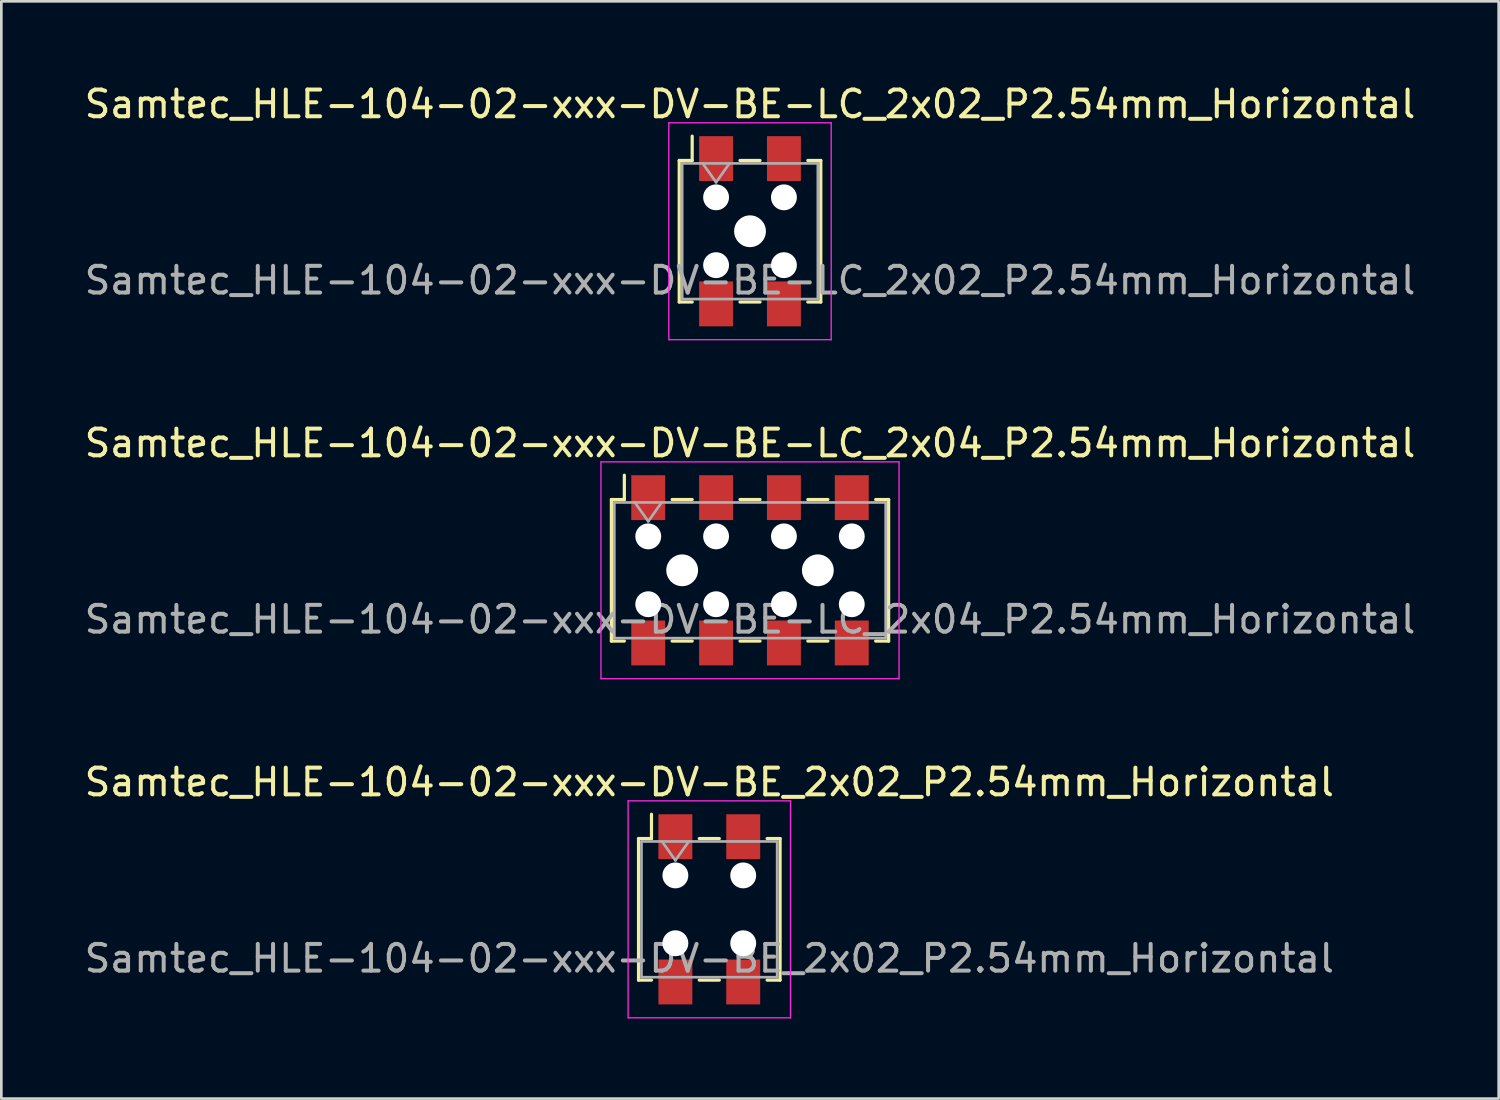
<source format=kicad_pcb>
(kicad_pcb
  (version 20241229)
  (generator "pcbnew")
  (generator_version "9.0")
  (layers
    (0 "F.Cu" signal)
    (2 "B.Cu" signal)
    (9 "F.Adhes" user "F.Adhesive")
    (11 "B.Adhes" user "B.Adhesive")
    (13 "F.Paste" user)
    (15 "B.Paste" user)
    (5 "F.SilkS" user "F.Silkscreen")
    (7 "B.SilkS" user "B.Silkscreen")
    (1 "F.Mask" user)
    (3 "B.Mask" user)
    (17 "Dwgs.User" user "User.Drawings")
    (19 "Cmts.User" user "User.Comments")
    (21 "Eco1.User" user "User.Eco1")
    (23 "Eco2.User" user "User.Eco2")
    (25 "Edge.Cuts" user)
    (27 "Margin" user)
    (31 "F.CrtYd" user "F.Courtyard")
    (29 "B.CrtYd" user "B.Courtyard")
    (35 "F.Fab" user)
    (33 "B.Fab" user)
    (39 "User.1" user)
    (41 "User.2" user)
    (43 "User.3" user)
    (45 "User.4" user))
  (footprint "Samtec_HLE-104-02-xxx-DV-BE-LC_2x04_P2.54mm_Horizontal"
    (layer "F.Cu")
    (at 25.03 18.302)
    (property "Reference" "Samtec_HLE-104-02-xxx-DV-BE-LC_2x04_P2.54mm_Horizontal" (at 0 -4.76 0) (layer "F.SilkS") (effects (font (size 1 1) (thickness 0.15))))
    (attr smd)
    (fp_line (start -5.19 -2.65) (end -5.19 2.65) (stroke (width 0.12) (type solid)) (layer "F.SilkS"))
    (fp_line (start -5.19 2.65) (end -4.705 2.65) (stroke (width 0.12) (type solid)) (layer "F.SilkS"))
    (fp_line (start -4.705 -3.56) (end -4.705 -2.65) (stroke (width 0.12) (type solid)) (layer "F.SilkS"))
    (fp_line (start -4.705 -2.65) (end -5.19 -2.65) (stroke (width 0.12) (type solid)) (layer "F.SilkS"))
    (fp_line (start -2.915 -2.65) (end -2.165 -2.65) (stroke (width 0.12) (type solid)) (layer "F.SilkS"))
    (fp_line (start -2.915 2.65) (end -2.165 2.65) (stroke (width 0.12) (type solid)) (layer "F.SilkS"))
    (fp_line (start -0.375 -2.65) (end 0.375 -2.65) (stroke (width 0.12) (type solid)) (layer "F.SilkS"))
    (fp_line (start -0.375 2.65) (end 0.375 2.65) (stroke (width 0.12) (type solid)) (layer "F.SilkS"))
    (fp_line (start 2.165 -2.65) (end 2.915 -2.65) (stroke (width 0.12) (type solid)) (layer "F.SilkS"))
    (fp_line (start 2.165 2.65) (end 2.915 2.65) (stroke (width 0.12) (type solid)) (layer "F.SilkS"))
    (fp_line (start 4.705 -2.65) (end 5.19 -2.65) (stroke (width 0.12) (type solid)) (layer "F.SilkS"))
    (fp_line (start 5.19 -2.65) (end 5.19 2.65) (stroke (width 0.12) (type solid)) (layer "F.SilkS"))
    (fp_line (start 5.19 2.65) (end 4.705 2.65) (stroke (width 0.12) (type solid)) (layer "F.SilkS"))
    (fp_line (start -5.58 -4.06) (end 5.58 -4.06) (stroke (width 0.05) (type solid)) (layer "F.CrtYd"))
    (fp_line (start -5.58 4.06) (end -5.58 -4.06) (stroke (width 0.05) (type solid)) (layer "F.CrtYd"))
    (fp_line (start 5.58 -4.06) (end 5.58 4.06) (stroke (width 0.05) (type solid)) (layer "F.CrtYd"))
    (fp_line (start 5.58 4.06) (end -5.58 4.06) (stroke (width 0.05) (type solid)) (layer "F.CrtYd"))
    (fp_line (start -5.08 -2.54) (end 5.08 -2.54) (stroke (width 0.1) (type solid)) (layer "F.Fab"))
    (fp_line (start -5.08 2.54) (end -5.08 -2.54) (stroke (width 0.1) (type solid)) (layer "F.Fab"))
    (fp_line (start -4.31 -2.54) (end -3.81 -1.833) (stroke (width 0.1) (type solid)) (layer "F.Fab"))
    (fp_line (start -3.81 -1.833) (end -3.31 -2.54) (stroke (width 0.1) (type solid)) (layer "F.Fab"))
    (fp_line (start 5.08 -2.54) (end 5.08 2.54) (stroke (width 0.1) (type solid)) (layer "F.Fab"))
    (fp_line (start 5.08 2.54) (end -5.08 2.54) (stroke (width 0.1) (type solid)) (layer "F.Fab"))
    (fp_text user "${REFERENCE}" (at 0 1.84 0) (layer "F.Fab") (effects (font (size 1 1) (thickness 0.15))))
    (pad "" np_thru_hole circle (at -3.81 -1.27) (size 0.97 0.97) (drill 0.97) (layers "*.Cu" "*.Mask"))
    (pad "" np_thru_hole circle (at -3.81 1.27) (size 0.97 0.97) (drill 0.97) (layers "*.Cu" "*.Mask"))
    (pad "" np_thru_hole circle (at -2.54 0) (size 1.19 1.19) (drill 1.19) (layers "*.Cu" "*.Mask"))
    (pad "" np_thru_hole circle (at -1.27 -1.27) (size 0.97 0.97) (drill 0.97) (layers "*.Cu" "*.Mask"))
    (pad "" np_thru_hole circle (at -1.27 1.27) (size 0.97 0.97) (drill 0.97) (layers "*.Cu" "*.Mask"))
    (pad "" np_thru_hole circle (at 1.27 -1.27) (size 0.97 0.97) (drill 0.97) (layers "*.Cu" "*.Mask"))
    (pad "" np_thru_hole circle (at 1.27 1.27) (size 0.97 0.97) (drill 0.97) (layers "*.Cu" "*.Mask"))
    (pad "" np_thru_hole circle (at 2.54 0) (size 1.19 1.19) (drill 1.19) (layers "*.Cu" "*.Mask"))
    (pad "" np_thru_hole circle (at 3.81 -1.27) (size 0.97 0.97) (drill 0.97) (layers "*.Cu" "*.Mask"))
    (pad "" np_thru_hole circle (at 3.81 1.27) (size 0.97 0.97) (drill 0.97) (layers "*.Cu" "*.Mask"))
    (pad "1" smd rect (at -3.81 -2.72) (size 1.27 1.68) (layers "F.Cu" "F.Mask" "F.Paste"))
    (pad "2" smd rect (at -3.81 2.72) (size 1.27 1.68) (layers "F.Cu" "F.Mask" "F.Paste"))
    (pad "3" smd rect (at -1.27 -2.72) (size 1.27 1.68) (layers "F.Cu" "F.Mask" "F.Paste"))
    (pad "4" smd rect (at -1.27 2.72) (size 1.27 1.68) (layers "F.Cu" "F.Mask" "F.Paste"))
    (pad "5" smd rect (at 1.27 -2.72) (size 1.27 1.68) (layers "F.Cu" "F.Mask" "F.Paste"))
    (pad "6" smd rect (at 1.27 2.72) (size 1.27 1.68) (layers "F.Cu" "F.Mask" "F.Paste"))
    (pad "7" smd rect (at 3.81 -2.72) (size 1.27 1.68) (layers "F.Cu" "F.Mask" "F.Paste"))
    (pad "8" smd rect (at 3.81 2.72) (size 1.27 1.68) (layers "F.Cu" "F.Mask" "F.Paste")))
  (footprint "Samtec_HLE-104-02-xxx-DV-BE_2x02_P2.54mm_Horizontal"
    (layer "F.Cu")
    (at 23.506 30.995)
    (property "Reference" "Samtec_HLE-104-02-xxx-DV-BE_2x02_P2.54mm_Horizontal" (at 0 -4.76 0) (layer "F.SilkS") (effects (font (size 1 1) (thickness 0.15))))
    (attr smd)
    (fp_line (start -2.65 -2.65) (end -2.65 2.65) (stroke (width 0.12) (type solid)) (layer "F.SilkS"))
    (fp_line (start -2.65 2.65) (end -2.165 2.65) (stroke (width 0.12) (type solid)) (layer "F.SilkS"))
    (fp_line (start -2.165 -3.56) (end -2.165 -2.65) (stroke (width 0.12) (type solid)) (layer "F.SilkS"))
    (fp_line (start -2.165 -2.65) (end -2.65 -2.65) (stroke (width 0.12) (type solid)) (layer "F.SilkS"))
    (fp_line (start -0.375 -2.65) (end 0.375 -2.65) (stroke (width 0.12) (type solid)) (layer "F.SilkS"))
    (fp_line (start -0.375 2.65) (end 0.375 2.65) (stroke (width 0.12) (type solid)) (layer "F.SilkS"))
    (fp_line (start 2.165 -2.65) (end 2.65 -2.65) (stroke (width 0.12) (type solid)) (layer "F.SilkS"))
    (fp_line (start 2.65 -2.65) (end 2.65 2.65) (stroke (width 0.12) (type solid)) (layer "F.SilkS"))
    (fp_line (start 2.65 2.65) (end 2.165 2.65) (stroke (width 0.12) (type solid)) (layer "F.SilkS"))
    (fp_line (start -3.04 -4.06) (end 3.04 -4.06) (stroke (width 0.05) (type solid)) (layer "F.CrtYd"))
    (fp_line (start -3.04 4.06) (end -3.04 -4.06) (stroke (width 0.05) (type solid)) (layer "F.CrtYd"))
    (fp_line (start 3.04 -4.06) (end 3.04 4.06) (stroke (width 0.05) (type solid)) (layer "F.CrtYd"))
    (fp_line (start 3.04 4.06) (end -3.04 4.06) (stroke (width 0.05) (type solid)) (layer "F.CrtYd"))
    (fp_line (start -2.54 -2.54) (end 2.54 -2.54) (stroke (width 0.1) (type solid)) (layer "F.Fab"))
    (fp_line (start -2.54 2.54) (end -2.54 -2.54) (stroke (width 0.1) (type solid)) (layer "F.Fab"))
    (fp_line (start -1.77 -2.54) (end -1.27 -1.833) (stroke (width 0.1) (type solid)) (layer "F.Fab"))
    (fp_line (start -1.27 -1.833) (end -0.77 -2.54) (stroke (width 0.1) (type solid)) (layer "F.Fab"))
    (fp_line (start 2.54 -2.54) (end 2.54 2.54) (stroke (width 0.1) (type solid)) (layer "F.Fab"))
    (fp_line (start 2.54 2.54) (end -2.54 2.54) (stroke (width 0.1) (type solid)) (layer "F.Fab"))
    (fp_text user "${REFERENCE}" (at 0 1.84 0) (layer "F.Fab") (effects (font (size 1 1) (thickness 0.15))))
    (pad "" np_thru_hole circle (at -1.27 -1.27) (size 0.97 0.97) (drill 0.97) (layers "*.Cu" "*.Mask"))
    (pad "" np_thru_hole circle (at -1.27 1.27) (size 0.97 0.97) (drill 0.97) (layers "*.Cu" "*.Mask"))
    (pad "" np_thru_hole circle (at 1.27 -1.27) (size 0.97 0.97) (drill 0.97) (layers "*.Cu" "*.Mask"))
    (pad "" np_thru_hole circle (at 1.27 1.27) (size 0.97 0.97) (drill 0.97) (layers "*.Cu" "*.Mask"))
    (pad "1" smd rect (at -1.27 -2.72) (size 1.27 1.68) (layers "F.Cu" "F.Mask" "F.Paste"))
    (pad "2" smd rect (at -1.27 2.72) (size 1.27 1.68) (layers "F.Cu" "F.Mask" "F.Paste"))
    (pad "3" smd rect (at 1.27 -2.72) (size 1.27 1.68) (layers "F.Cu" "F.Mask" "F.Paste"))
    (pad "4" smd rect (at 1.27 2.72) (size 1.27 1.68) (layers "F.Cu" "F.Mask" "F.Paste")))
  (footprint "Samtec_HLE-104-02-xxx-DV-BE-LC_2x02_P2.54mm_Horizontal"
    (layer "F.Cu")
    (at 25.03 5.608)
    (property "Reference" "Samtec_HLE-104-02-xxx-DV-BE-LC_2x02_P2.54mm_Horizontal" (at 0 -4.76 0) (layer "F.SilkS") (effects (font (size 1 1) (thickness 0.15))))
    (attr smd)
    (fp_line (start -2.65 -2.65) (end -2.65 2.65) (stroke (width 0.12) (type solid)) (layer "F.SilkS"))
    (fp_line (start -2.65 2.65) (end -2.165 2.65) (stroke (width 0.12) (type solid)) (layer "F.SilkS"))
    (fp_line (start -2.165 -3.56) (end -2.165 -2.65) (stroke (width 0.12) (type solid)) (layer "F.SilkS"))
    (fp_line (start -2.165 -2.65) (end -2.65 -2.65) (stroke (width 0.12) (type solid)) (layer "F.SilkS"))
    (fp_line (start -0.375 -2.65) (end 0.375 -2.65) (stroke (width 0.12) (type solid)) (layer "F.SilkS"))
    (fp_line (start -0.375 2.65) (end 0.375 2.65) (stroke (width 0.12) (type solid)) (layer "F.SilkS"))
    (fp_line (start 2.165 -2.65) (end 2.65 -2.65) (stroke (width 0.12) (type solid)) (layer "F.SilkS"))
    (fp_line (start 2.65 -2.65) (end 2.65 2.65) (stroke (width 0.12) (type solid)) (layer "F.SilkS"))
    (fp_line (start 2.65 2.65) (end 2.165 2.65) (stroke (width 0.12) (type solid)) (layer "F.SilkS"))
    (fp_line (start -3.04 -4.06) (end 3.04 -4.06) (stroke (width 0.05) (type solid)) (layer "F.CrtYd"))
    (fp_line (start -3.04 4.06) (end -3.04 -4.06) (stroke (width 0.05) (type solid)) (layer "F.CrtYd"))
    (fp_line (start 3.04 -4.06) (end 3.04 4.06) (stroke (width 0.05) (type solid)) (layer "F.CrtYd"))
    (fp_line (start 3.04 4.06) (end -3.04 4.06) (stroke (width 0.05) (type solid)) (layer "F.CrtYd"))
    (fp_line (start -2.54 -2.54) (end 2.54 -2.54) (stroke (width 0.1) (type solid)) (layer "F.Fab"))
    (fp_line (start -2.54 2.54) (end -2.54 -2.54) (stroke (width 0.1) (type solid)) (layer "F.Fab"))
    (fp_line (start -1.77 -2.54) (end -1.27 -1.833) (stroke (width 0.1) (type solid)) (layer "F.Fab"))
    (fp_line (start -1.27 -1.833) (end -0.77 -2.54) (stroke (width 0.1) (type solid)) (layer "F.Fab"))
    (fp_line (start 2.54 -2.54) (end 2.54 2.54) (stroke (width 0.1) (type solid)) (layer "F.Fab"))
    (fp_line (start 2.54 2.54) (end -2.54 2.54) (stroke (width 0.1) (type solid)) (layer "F.Fab"))
    (fp_text user "${REFERENCE}" (at 0 1.84 0) (layer "F.Fab") (effects (font (size 1 1) (thickness 0.15))))
    (pad "" np_thru_hole circle (at -1.27 -1.27) (size 0.97 0.97) (drill 0.97) (layers "*.Cu" "*.Mask"))
    (pad "" np_thru_hole circle (at -1.27 1.27) (size 0.97 0.97) (drill 0.97) (layers "*.Cu" "*.Mask"))
    (pad "" np_thru_hole circle (at 0 0) (size 1.19 1.19) (drill 1.19) (layers "*.Cu" "*.Mask"))
    (pad "" np_thru_hole circle (at 1.27 -1.27) (size 0.97 0.97) (drill 0.97) (layers "*.Cu" "*.Mask"))
    (pad "" np_thru_hole circle (at 1.27 1.27) (size 0.97 0.97) (drill 0.97) (layers "*.Cu" "*.Mask"))
    (pad "1" smd rect (at -1.27 -2.72) (size 1.27 1.68) (layers "F.Cu" "F.Mask" "F.Paste"))
    (pad "2" smd rect (at -1.27 2.72) (size 1.27 1.68) (layers "F.Cu" "F.Mask" "F.Paste"))
    (pad "3" smd rect (at 1.27 -2.72) (size 1.27 1.68) (layers "F.Cu" "F.Mask" "F.Paste"))
    (pad "4" smd rect (at 1.27 2.72) (size 1.27 1.68) (layers "F.Cu" "F.Mask" "F.Paste")))
  (gr_rect
    (start -3 -3)
    (end 53.06 38.08)
    (stroke (width 0.1) (type default))
    (fill no)
    (layer "Edge.Cuts")))
</source>
